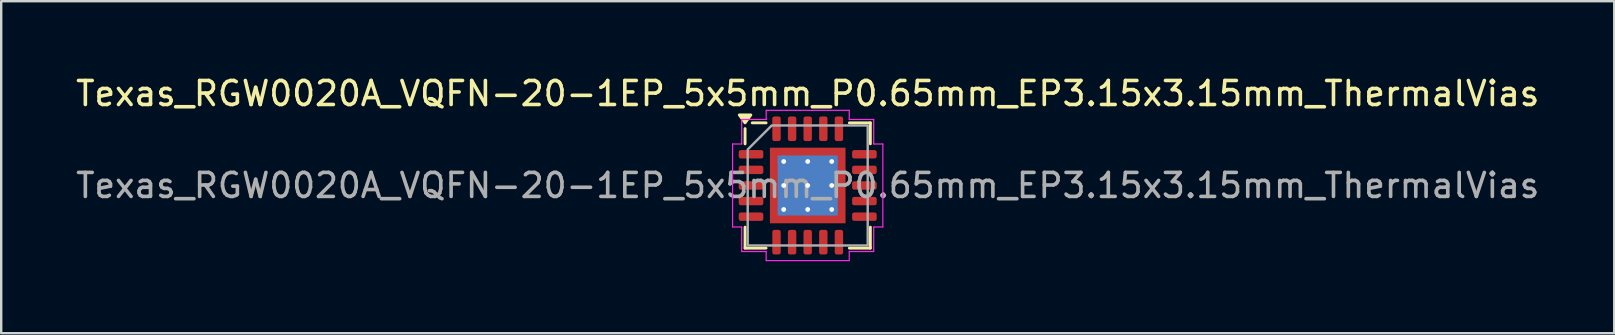
<source format=kicad_pcb>
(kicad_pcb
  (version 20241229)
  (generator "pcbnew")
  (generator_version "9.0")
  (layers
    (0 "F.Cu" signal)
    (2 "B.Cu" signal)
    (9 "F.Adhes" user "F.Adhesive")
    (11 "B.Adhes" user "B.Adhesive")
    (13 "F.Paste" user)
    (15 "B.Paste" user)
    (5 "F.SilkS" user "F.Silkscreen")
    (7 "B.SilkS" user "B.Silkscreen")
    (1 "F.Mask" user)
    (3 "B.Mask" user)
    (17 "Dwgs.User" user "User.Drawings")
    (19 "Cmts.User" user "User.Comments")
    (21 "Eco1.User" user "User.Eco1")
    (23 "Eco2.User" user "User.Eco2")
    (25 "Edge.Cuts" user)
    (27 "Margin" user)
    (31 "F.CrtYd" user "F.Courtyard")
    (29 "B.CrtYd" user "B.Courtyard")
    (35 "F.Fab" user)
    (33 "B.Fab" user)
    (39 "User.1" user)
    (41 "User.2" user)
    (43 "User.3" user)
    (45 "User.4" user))
  (footprint "Texas_RGW0020A_VQFN-20-1EP_5x5mm_P0.65mm_EP3.15x3.15mm_ThermalVias"
    (layer "F.Cu")
    (at 30.601 4.678)
    (property "Reference" "Texas_RGW0020A_VQFN-20-1EP_5x5mm_P0.65mm_EP3.15x3.15mm_ThermalVias" (at 0 -3.83 0) (layer "F.SilkS") (effects (font (size 1 1) (thickness 0.15))))
    (attr smd)
    (fp_line (start -2.61 -1.735) (end -2.61 -2.37) (stroke (width 0.12) (type solid)) (layer "F.SilkS"))
    (fp_line (start -2.61 2.61) (end -2.61 1.735) (stroke (width 0.12) (type solid)) (layer "F.SilkS"))
    (fp_line (start -1.735 -2.61) (end -2.31 -2.61) (stroke (width 0.12) (type solid)) (layer "F.SilkS"))
    (fp_line (start -1.735 2.61) (end -2.61 2.61) (stroke (width 0.12) (type solid)) (layer "F.SilkS"))
    (fp_line (start 1.735 -2.61) (end 2.61 -2.61) (stroke (width 0.12) (type solid)) (layer "F.SilkS"))
    (fp_line (start 1.735 2.61) (end 2.61 2.61) (stroke (width 0.12) (type solid)) (layer "F.SilkS"))
    (fp_line (start 2.61 -2.61) (end 2.61 -1.735) (stroke (width 0.12) (type solid)) (layer "F.SilkS"))
    (fp_line (start 2.61 2.61) (end 2.61 1.735) (stroke (width 0.12) (type solid)) (layer "F.SilkS"))
    (fp_poly (pts (xy -2.61 -2.61) (xy -2.85 -2.94) (xy -2.37 -2.94)) (stroke (width 0.12) (type solid)) (fill yes) (layer "F.SilkS"))
    (fp_line (start -3.13 -1.73) (end -2.75 -1.73) (stroke (width 0.05) (type solid)) (layer "F.CrtYd"))
    (fp_line (start -3.13 1.73) (end -3.13 -1.73) (stroke (width 0.05) (type solid)) (layer "F.CrtYd"))
    (fp_line (start -2.75 -2.75) (end -1.73 -2.75) (stroke (width 0.05) (type solid)) (layer "F.CrtYd"))
    (fp_line (start -2.75 -1.73) (end -2.75 -2.75) (stroke (width 0.05) (type solid)) (layer "F.CrtYd"))
    (fp_line (start -2.75 1.73) (end -3.13 1.73) (stroke (width 0.05) (type solid)) (layer "F.CrtYd"))
    (fp_line (start -2.75 2.75) (end -2.75 1.73) (stroke (width 0.05) (type solid)) (layer "F.CrtYd"))
    (fp_line (start -1.73 -3.13) (end 1.73 -3.13) (stroke (width 0.05) (type solid)) (layer "F.CrtYd"))
    (fp_line (start -1.73 -2.75) (end -1.73 -3.13) (stroke (width 0.05) (type solid)) (layer "F.CrtYd"))
    (fp_line (start -1.73 2.75) (end -2.75 2.75) (stroke (width 0.05) (type solid)) (layer "F.CrtYd"))
    (fp_line (start -1.73 3.13) (end -1.73 2.75) (stroke (width 0.05) (type solid)) (layer "F.CrtYd"))
    (fp_line (start 1.73 -3.13) (end 1.73 -2.75) (stroke (width 0.05) (type solid)) (layer "F.CrtYd"))
    (fp_line (start 1.73 -2.75) (end 2.75 -2.75) (stroke (width 0.05) (type solid)) (layer "F.CrtYd"))
    (fp_line (start 1.73 2.75) (end 1.73 3.13) (stroke (width 0.05) (type solid)) (layer "F.CrtYd"))
    (fp_line (start 1.73 3.13) (end -1.73 3.13) (stroke (width 0.05) (type solid)) (layer "F.CrtYd"))
    (fp_line (start 2.75 -2.75) (end 2.75 -1.73) (stroke (width 0.05) (type solid)) (layer "F.CrtYd"))
    (fp_line (start 2.75 -1.73) (end 3.13 -1.73) (stroke (width 0.05) (type solid)) (layer "F.CrtYd"))
    (fp_line (start 2.75 1.73) (end 2.75 2.75) (stroke (width 0.05) (type solid)) (layer "F.CrtYd"))
    (fp_line (start 2.75 2.75) (end 1.73 2.75) (stroke (width 0.05) (type solid)) (layer "F.CrtYd"))
    (fp_line (start 3.13 -1.73) (end 3.13 1.73) (stroke (width 0.05) (type solid)) (layer "F.CrtYd"))
    (fp_line (start 3.13 1.73) (end 2.75 1.73) (stroke (width 0.05) (type solid)) (layer "F.CrtYd"))
    (fp_poly (pts (xy -2.5 -1.5) (xy -2.5 2.5) (xy 2.5 2.5) (xy 2.5 -2.5) (xy -1.5 -2.5)) (stroke (width 0.1) (type solid)) (fill no) (layer "F.Fab"))
    (fp_text user "${REFERENCE}" (at 0 0 0) (layer "F.Fab") (effects (font (size 1 1) (thickness 0.15))))
    (pad "" smd roundrect (at -0.79 -0.79) (size 1.27 1.27) (layers "F.Paste") (roundrect_rratio 0.197))
    (pad "" smd roundrect (at -0.79 0.79) (size 1.27 1.27) (layers "F.Paste") (roundrect_rratio 0.197))
    (pad "" smd roundrect (at 0.79 -0.79) (size 1.27 1.27) (layers "F.Paste") (roundrect_rratio 0.197))
    (pad "" smd roundrect (at 0.79 0.79) (size 1.27 1.27) (layers "F.Paste") (roundrect_rratio 0.197))
    (pad "1" smd roundrect (at -2.362 -1.3) (size 1.025 0.35) (layers "F.Cu" "F.Mask" "F.Paste") (roundrect_rratio 0.25))
    (pad "2" smd roundrect (at -2.362 -0.65) (size 1.025 0.35) (layers "F.Cu" "F.Mask" "F.Paste") (roundrect_rratio 0.25))
    (pad "3" smd roundrect (at -2.362 0) (size 1.025 0.35) (layers "F.Cu" "F.Mask" "F.Paste") (roundrect_rratio 0.25))
    (pad "4" smd roundrect (at -2.362 0.65) (size 1.025 0.35) (layers "F.Cu" "F.Mask" "F.Paste") (roundrect_rratio 0.25))
    (pad "5" smd roundrect (at -2.362 1.3) (size 1.025 0.35) (layers "F.Cu" "F.Mask" "F.Paste") (roundrect_rratio 0.25))
    (pad "6" smd roundrect (at -1.3 2.362) (size 0.35 1.025) (layers "F.Cu" "F.Mask" "F.Paste") (roundrect_rratio 0.25))
    (pad "7" smd roundrect (at -0.65 2.362) (size 0.35 1.025) (layers "F.Cu" "F.Mask" "F.Paste") (roundrect_rratio 0.25))
    (pad "8" smd roundrect (at 0 2.362) (size 0.35 1.025) (layers "F.Cu" "F.Mask" "F.Paste") (roundrect_rratio 0.25))
    (pad "9" smd roundrect (at 0.65 2.362) (size 0.35 1.025) (layers "F.Cu" "F.Mask" "F.Paste") (roundrect_rratio 0.25))
    (pad "10" smd roundrect (at 1.3 2.362) (size 0.35 1.025) (layers "F.Cu" "F.Mask" "F.Paste") (roundrect_rratio 0.25))
    (pad "11" smd roundrect (at 2.362 1.3) (size 1.025 0.35) (layers "F.Cu" "F.Mask" "F.Paste") (roundrect_rratio 0.25))
    (pad "12" smd roundrect (at 2.362 0.65) (size 1.025 0.35) (layers "F.Cu" "F.Mask" "F.Paste") (roundrect_rratio 0.25))
    (pad "13" smd roundrect (at 2.362 0) (size 1.025 0.35) (layers "F.Cu" "F.Mask" "F.Paste") (roundrect_rratio 0.25))
    (pad "14" smd roundrect (at 2.362 -0.65) (size 1.025 0.35) (layers "F.Cu" "F.Mask" "F.Paste") (roundrect_rratio 0.25))
    (pad "15" smd roundrect (at 2.362 -1.3) (size 1.025 0.35) (layers "F.Cu" "F.Mask" "F.Paste") (roundrect_rratio 0.25))
    (pad "16" smd roundrect (at 1.3 -2.362) (size 0.35 1.025) (layers "F.Cu" "F.Mask" "F.Paste") (roundrect_rratio 0.25))
    (pad "17" smd roundrect (at 0.65 -2.362) (size 0.35 1.025) (layers "F.Cu" "F.Mask" "F.Paste") (roundrect_rratio 0.25))
    (pad "18" smd roundrect (at 0 -2.362) (size 0.35 1.025) (layers "F.Cu" "F.Mask" "F.Paste") (roundrect_rratio 0.25))
    (pad "19" smd roundrect (at -0.65 -2.362) (size 0.35 1.025) (layers "F.Cu" "F.Mask" "F.Paste") (roundrect_rratio 0.25))
    (pad "20" smd roundrect (at -1.3 -2.362) (size 0.35 1.025) (layers "F.Cu" "F.Mask" "F.Paste") (roundrect_rratio 0.25))
    (pad "21" thru_hole circle (at -1 -1) (size 0.5 0.5) (drill 0.2) (property pad_prop_heatsink) (layers "*.Cu"))
    (pad "21" thru_hole circle (at -1 0) (size 0.5 0.5) (drill 0.2) (property pad_prop_heatsink) (layers "*.Cu"))
    (pad "21" thru_hole circle (at -1 1) (size 0.5 0.5) (drill 0.2) (property pad_prop_heatsink) (layers "*.Cu"))
    (pad "21" thru_hole circle (at 0 -1) (size 0.5 0.5) (drill 0.2) (property pad_prop_heatsink) (layers "*.Cu"))
    (pad "21" thru_hole circle (at 0 0) (size 0.5 0.5) (drill 0.2) (property pad_prop_heatsink) (layers "*.Cu"))
    (pad "21" smd rect (at 0 0) (size 2.5 2.5) (property pad_prop_heatsink) (layers "B.Cu"))
    (pad "21" smd rect (at 0 0) (size 3.15 3.15) (property pad_prop_heatsink) (layers "F.Cu" "F.Mask"))
    (pad "21" thru_hole circle (at 0 1) (size 0.5 0.5) (drill 0.2) (property pad_prop_heatsink) (layers "*.Cu"))
    (pad "21" thru_hole circle (at 1 -1) (size 0.5 0.5) (drill 0.2) (property pad_prop_heatsink) (layers "*.Cu"))
    (pad "21" thru_hole circle (at 1 0) (size 0.5 0.5) (drill 0.2) (property pad_prop_heatsink) (layers "*.Cu"))
    (pad "21" thru_hole circle (at 1 1) (size 0.5 0.5) (drill 0.2) (property pad_prop_heatsink) (layers "*.Cu")))
  (gr_rect
    (start -3 -3)
    (end 64.202 10.833)
    (stroke (width 0.1) (type default))
    (fill no)
    (layer "Edge.Cuts")))
</source>
